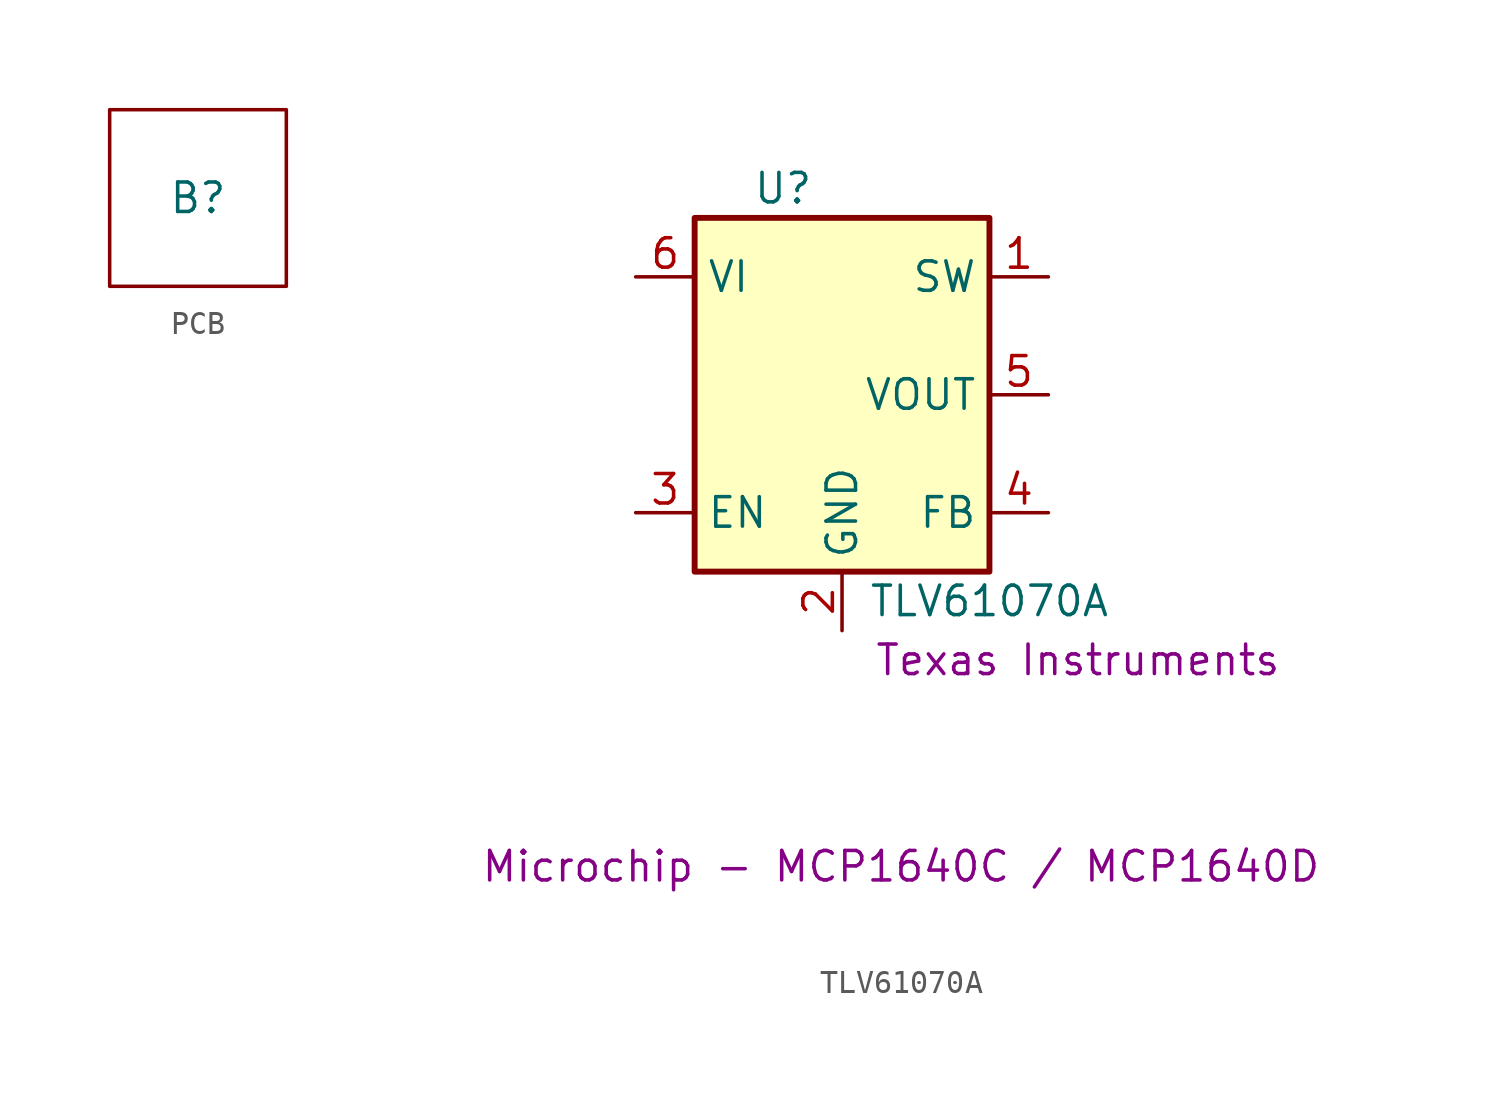
<source format=kicad_sym>
(kicad_symbol_lib
  (version 20220914)
  (generator kicad_symbol_editor)
  (symbol "PCB"
    (property "Reference" "B"
      (at 0 0 0)
      (effects (font (size 1.27 1.27))))
    (property "Value" ""
      (at 0 0 0)
      (effects (font (size 1.27 1.27))))
    (symbol "PCB_0_1"
      (rectangle (start -3.81 3.81) (end 3.81 -3.81) (stroke (width 0) (type default)) (fill (type none)))))
  (symbol "TLV61070A"
    (property "Reference" "U"
      (at 3.81 16.51 0)
      (effects (font (size 1.27 1.27))))
    (property "Value" "TLV61070A"
      (at 12.7 -1.27 0)
      (effects (font (size 1.27 1.27))))
    (property "Manufacturer" "Texas Instruments"
      (at 16.51 -3.81 0)
      (effects (font (size 1.27 1.27))))
    (property "Alternative" "Microchip - MCP1640C / MCP1640D"
      (at 8.89 -12.7 0)
      (effects (font (size 1.27 1.27))))
    (symbol "TLV61070A_0_1"
      (rectangle (start 0 15.24) (end 12.7 0) (stroke (width 0.254) (type default)) (fill (type background))))
    (symbol "TLV61070A_1_1"
      (pin power_in line (at 15.24 12.7 180) (length 2.54) (name "SW" (effects (font (size 1.27 1.27)))) (number "1" (effects (font (size 1.27 1.27)))))
      (pin power_in line (at 6.35 -2.54 90) (length 2.54) (name "GND" (effects (font (size 1.27 1.27)))) (number "2" (effects (font (size 1.27 1.27)))))
      (pin input line (at -2.54 2.54 0) (length 2.54) (name "EN" (effects (font (size 1.27 1.27)))) (number "3" (effects (font (size 1.27 1.27)))))
      (pin input line (at 15.24 2.54 180) (length 2.54) (name "FB" (effects (font (size 1.27 1.27)))) (number "4" (effects (font (size 1.27 1.27)))))
      (pin power_out line (at 15.24 7.62 180) (length 2.54) (name "VOUT" (effects (font (size 1.27 1.27)))) (number "5" (effects (font (size 1.27 1.27)))))
      (pin power_in line (at -2.54 12.7 0) (length 2.54) (name "VI" (effects (font (size 1.27 1.27)))) (number "6" (effects (font (size 1.27 1.27))))))))
</source>
